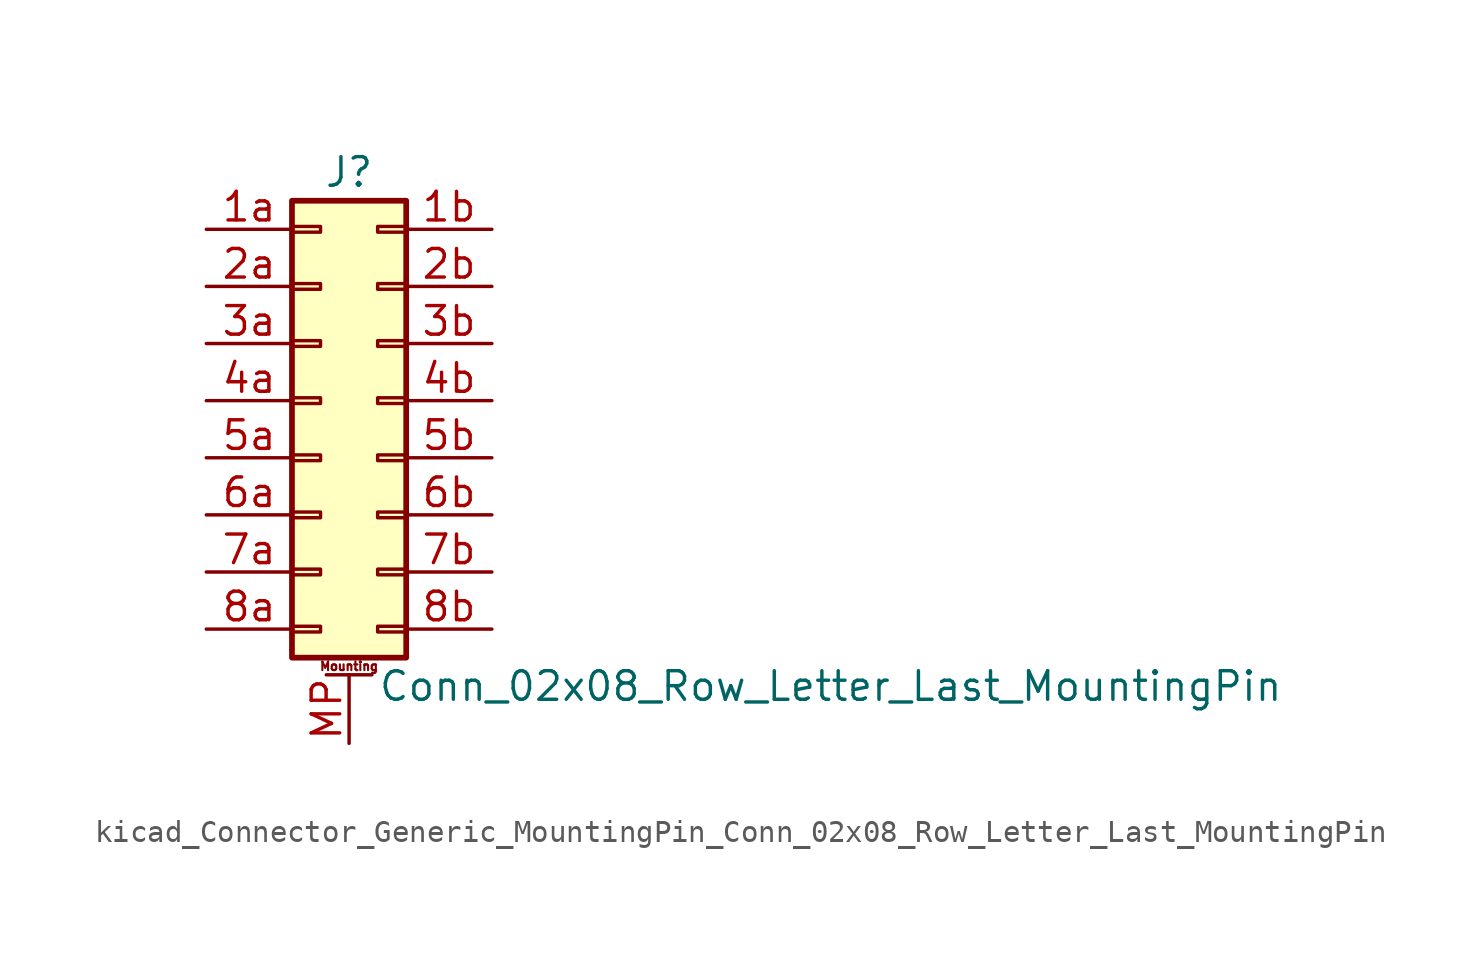
<source format=kicad_sym>
(kicad_symbol_lib
  (version 20220914)
  (generator kicad_symbol_editor)
  (symbol "kicad_Connector_Generic_MountingPin_Conn_02x08_Row_Letter_Last_MountingPin"
    (pin_names
      (offset 1.016) hide)
    (property "Reference" "J"
      (at 1.27 10.16 0)
      (effects (font (size 1.27 1.27))))
    (property "Value" "Conn_02x08_Row_Letter_Last_MountingPin"
      (at 2.54 -12.7 0)
      (effects (font (size 1.27 1.27)) (justify left)))
    (symbol "kicad_Connector_Generic_MountingPin_Conn_02x08_Row_Letter_Last_MountingPin_1_1"
      (rectangle (start -1.27 -10.033) (end 0 -10.287) (stroke (width 0.152) (type default)) (fill (type none)))
      (rectangle (start -1.27 -7.493) (end 0 -7.747) (stroke (width 0.152) (type default)) (fill (type none)))
      (rectangle (start -1.27 -4.953) (end 0 -5.207) (stroke (width 0.152) (type default)) (fill (type none)))
      (rectangle (start -1.27 -2.413) (end 0 -2.667) (stroke (width 0.152) (type default)) (fill (type none)))
      (rectangle (start -1.27 0.127) (end 0 -0.127) (stroke (width 0.152) (type default)) (fill (type none)))
      (rectangle (start -1.27 2.667) (end 0 2.413) (stroke (width 0.152) (type default)) (fill (type none)))
      (rectangle (start -1.27 5.207) (end 0 4.953) (stroke (width 0.152) (type default)) (fill (type none)))
      (rectangle (start -1.27 7.747) (end 0 7.493) (stroke (width 0.152) (type default)) (fill (type none)))
      (rectangle (start -1.27 8.89) (end 3.81 -11.43) (stroke (width 0.254) (type default)) (fill (type background)))
      (polyline (pts (xy 0.254 -12.192) (xy 2.286 -12.192)) (stroke (width 0.152) (type default)) (fill (type none)))
      (rectangle (start 3.81 -10.033) (end 2.54 -10.287) (stroke (width 0.152) (type default)) (fill (type none)))
      (rectangle (start 3.81 -7.493) (end 2.54 -7.747) (stroke (width 0.152) (type default)) (fill (type none)))
      (rectangle (start 3.81 -4.953) (end 2.54 -5.207) (stroke (width 0.152) (type default)) (fill (type none)))
      (rectangle (start 3.81 -2.413) (end 2.54 -2.667) (stroke (width 0.152) (type default)) (fill (type none)))
      (rectangle (start 3.81 0.127) (end 2.54 -0.127) (stroke (width 0.152) (type default)) (fill (type none)))
      (rectangle (start 3.81 2.667) (end 2.54 2.413) (stroke (width 0.152) (type default)) (fill (type none)))
      (rectangle (start 3.81 5.207) (end 2.54 4.953) (stroke (width 0.152) (type default)) (fill (type none)))
      (rectangle (start 3.81 7.747) (end 2.54 7.493) (stroke (width 0.152) (type default)) (fill (type none)))
      (text "Mounting" (at 1.27 -11.811 0) (effects (font (size 0.381 0.381))))
      (pin passive line (at -5.08 7.62 0) (length 3.81) (name "Pin_1a" (effects (font (size 1.27 1.27)))) (number "1a" (effects (font (size 1.27 1.27)))))
      (pin passive line (at 7.62 7.62 180) (length 3.81) (name "Pin_1b" (effects (font (size 1.27 1.27)))) (number "1b" (effects (font (size 1.27 1.27)))))
      (pin passive line (at -5.08 5.08 0) (length 3.81) (name "Pin_2a" (effects (font (size 1.27 1.27)))) (number "2a" (effects (font (size 1.27 1.27)))))
      (pin passive line (at 7.62 5.08 180) (length 3.81) (name "Pin_2b" (effects (font (size 1.27 1.27)))) (number "2b" (effects (font (size 1.27 1.27)))))
      (pin passive line (at -5.08 2.54 0) (length 3.81) (name "Pin_3a" (effects (font (size 1.27 1.27)))) (number "3a" (effects (font (size 1.27 1.27)))))
      (pin passive line (at 7.62 2.54 180) (length 3.81) (name "Pin_3b" (effects (font (size 1.27 1.27)))) (number "3b" (effects (font (size 1.27 1.27)))))
      (pin passive line (at -5.08 0 0) (length 3.81) (name "Pin_4a" (effects (font (size 1.27 1.27)))) (number "4a" (effects (font (size 1.27 1.27)))))
      (pin passive line (at 7.62 0 180) (length 3.81) (name "Pin_4b" (effects (font (size 1.27 1.27)))) (number "4b" (effects (font (size 1.27 1.27)))))
      (pin passive line (at -5.08 -2.54 0) (length 3.81) (name "Pin_5a" (effects (font (size 1.27 1.27)))) (number "5a" (effects (font (size 1.27 1.27)))))
      (pin passive line (at 7.62 -2.54 180) (length 3.81) (name "Pin_5b" (effects (font (size 1.27 1.27)))) (number "5b" (effects (font (size 1.27 1.27)))))
      (pin passive line (at -5.08 -5.08 0) (length 3.81) (name "Pin_6a" (effects (font (size 1.27 1.27)))) (number "6a" (effects (font (size 1.27 1.27)))))
      (pin passive line (at 7.62 -5.08 180) (length 3.81) (name "Pin_6b" (effects (font (size 1.27 1.27)))) (number "6b" (effects (font (size 1.27 1.27)))))
      (pin passive line (at -5.08 -7.62 0) (length 3.81) (name "Pin_7a" (effects (font (size 1.27 1.27)))) (number "7a" (effects (font (size 1.27 1.27)))))
      (pin passive line (at 7.62 -7.62 180) (length 3.81) (name "Pin_7b" (effects (font (size 1.27 1.27)))) (number "7b" (effects (font (size 1.27 1.27)))))
      (pin passive line (at -5.08 -10.16 0) (length 3.81) (name "Pin_8a" (effects (font (size 1.27 1.27)))) (number "8a" (effects (font (size 1.27 1.27)))))
      (pin passive line (at 7.62 -10.16 180) (length 3.81) (name "Pin_8b" (effects (font (size 1.27 1.27)))) (number "8b" (effects (font (size 1.27 1.27)))))
      (pin passive line (at 1.27 -15.24 90) (length 3.048) (name "MountPin" (effects (font (size 1.27 1.27)))) (number "MP" (effects (font (size 1.27 1.27))))))))
</source>
